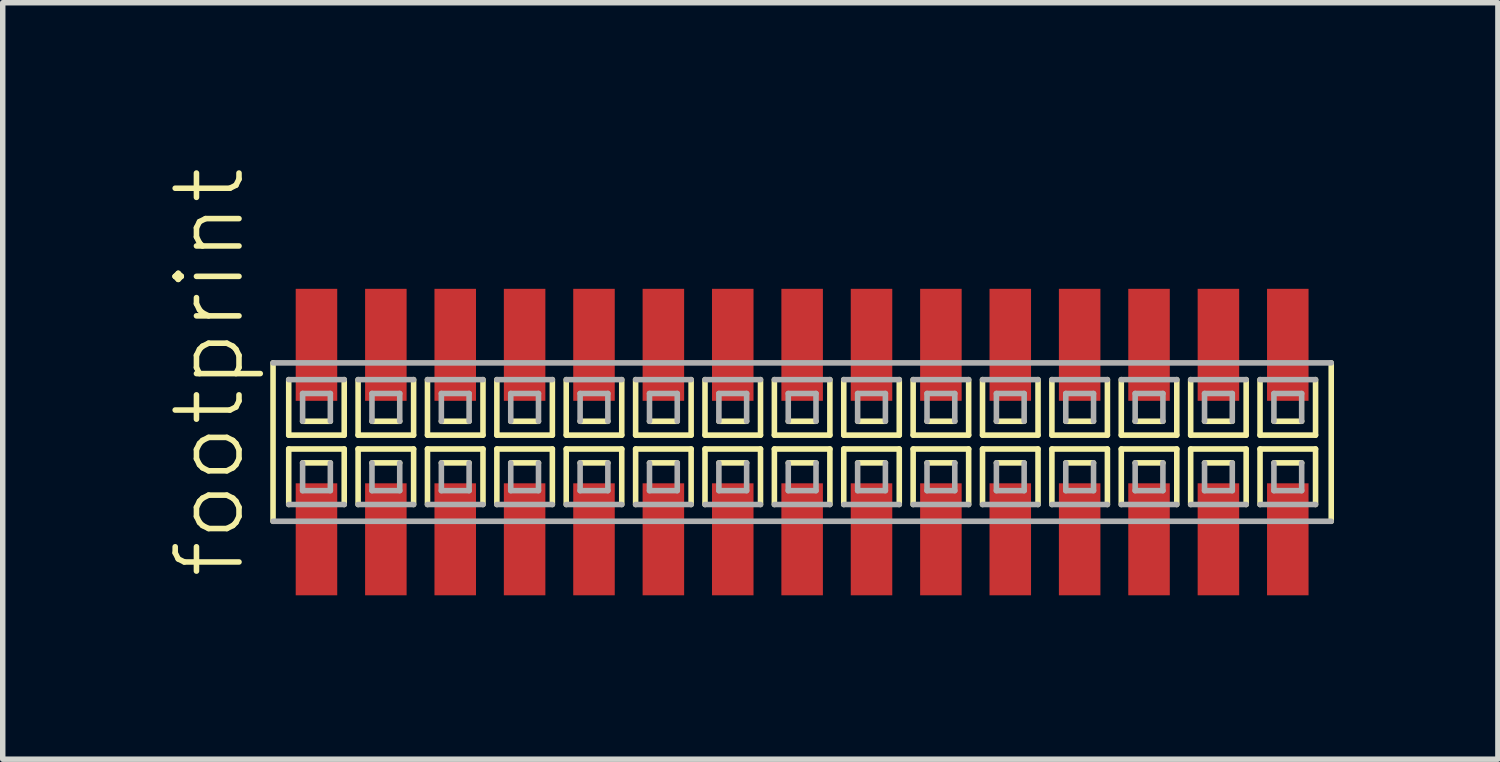
<source format=kicad_pcb>
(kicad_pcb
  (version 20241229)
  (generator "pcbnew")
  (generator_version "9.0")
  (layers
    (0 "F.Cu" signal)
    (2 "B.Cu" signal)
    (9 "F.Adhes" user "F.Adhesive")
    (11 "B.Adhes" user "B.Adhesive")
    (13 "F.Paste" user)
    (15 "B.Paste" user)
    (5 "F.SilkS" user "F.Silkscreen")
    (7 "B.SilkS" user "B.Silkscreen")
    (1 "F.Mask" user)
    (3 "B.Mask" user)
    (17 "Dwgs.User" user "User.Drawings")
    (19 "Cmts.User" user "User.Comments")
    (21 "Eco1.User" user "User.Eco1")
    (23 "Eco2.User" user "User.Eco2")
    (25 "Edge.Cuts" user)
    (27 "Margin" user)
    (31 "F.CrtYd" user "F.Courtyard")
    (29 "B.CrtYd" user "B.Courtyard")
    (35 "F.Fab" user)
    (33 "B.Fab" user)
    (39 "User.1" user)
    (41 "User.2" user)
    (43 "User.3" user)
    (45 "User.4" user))
  (footprint "footprint"
    (layer "F.Cu")
    (at 11.633 5.042)
    (property "Reference" "footprint" (at -10.16 2.54 90) (layer "F.SilkS") (effects (font (size 1.168 1.168) (thickness 0.102)) (justify left bottom)))
    (fp_line (start -9.685 -1.45) (end -9.685 1.45) (stroke (width 0.102) (type solid)) (layer "F.SilkS"))
    (fp_line (start -9.398 -1.143) (end -9.398 -0.127) (stroke (width 0.102) (type solid)) (layer "F.SilkS"))
    (fp_line (start -9.398 -0.127) (end -8.382 -0.127) (stroke (width 0.102) (type solid)) (layer "F.SilkS"))
    (fp_line (start -9.398 0.127) (end -9.398 1.143) (stroke (width 0.102) (type solid)) (layer "F.SilkS"))
    (fp_line (start -9.144 -0.381) (end -8.636 -0.381) (stroke (width 0.102) (type solid)) (layer "F.SilkS"))
    (fp_line (start -8.636 0.381) (end -9.144 0.381) (stroke (width 0.102) (type solid)) (layer "F.SilkS"))
    (fp_line (start -8.382 -0.127) (end -8.382 -1.143) (stroke (width 0.102) (type solid)) (layer "F.SilkS"))
    (fp_line (start -8.382 0.127) (end -9.398 0.127) (stroke (width 0.102) (type solid)) (layer "F.SilkS"))
    (fp_line (start -8.382 1.143) (end -8.382 0.127) (stroke (width 0.102) (type solid)) (layer "F.SilkS"))
    (fp_line (start -8.128 -1.143) (end -8.128 -0.127) (stroke (width 0.102) (type solid)) (layer "F.SilkS"))
    (fp_line (start -8.128 -0.127) (end -7.112 -0.127) (stroke (width 0.102) (type solid)) (layer "F.SilkS"))
    (fp_line (start -8.128 0.127) (end -8.128 1.143) (stroke (width 0.102) (type solid)) (layer "F.SilkS"))
    (fp_line (start -7.874 -0.381) (end -7.366 -0.381) (stroke (width 0.102) (type solid)) (layer "F.SilkS"))
    (fp_line (start -7.366 0.381) (end -7.874 0.381) (stroke (width 0.102) (type solid)) (layer "F.SilkS"))
    (fp_line (start -7.112 -0.127) (end -7.112 -1.143) (stroke (width 0.102) (type solid)) (layer "F.SilkS"))
    (fp_line (start -7.112 0.127) (end -8.128 0.127) (stroke (width 0.102) (type solid)) (layer "F.SilkS"))
    (fp_line (start -7.112 1.143) (end -7.112 0.127) (stroke (width 0.102) (type solid)) (layer "F.SilkS"))
    (fp_line (start -6.858 -1.143) (end -6.858 -0.127) (stroke (width 0.102) (type solid)) (layer "F.SilkS"))
    (fp_line (start -6.858 -0.127) (end -5.842 -0.127) (stroke (width 0.102) (type solid)) (layer "F.SilkS"))
    (fp_line (start -6.858 0.127) (end -6.858 1.143) (stroke (width 0.102) (type solid)) (layer "F.SilkS"))
    (fp_line (start -6.604 -0.381) (end -6.096 -0.381) (stroke (width 0.102) (type solid)) (layer "F.SilkS"))
    (fp_line (start -6.096 0.381) (end -6.604 0.381) (stroke (width 0.102) (type solid)) (layer "F.SilkS"))
    (fp_line (start -5.842 -0.127) (end -5.842 -1.143) (stroke (width 0.102) (type solid)) (layer "F.SilkS"))
    (fp_line (start -5.842 0.127) (end -6.858 0.127) (stroke (width 0.102) (type solid)) (layer "F.SilkS"))
    (fp_line (start -5.842 1.143) (end -5.842 0.127) (stroke (width 0.102) (type solid)) (layer "F.SilkS"))
    (fp_line (start -5.588 -1.143) (end -5.588 -0.127) (stroke (width 0.102) (type solid)) (layer "F.SilkS"))
    (fp_line (start -5.588 -0.127) (end -4.572 -0.127) (stroke (width 0.102) (type solid)) (layer "F.SilkS"))
    (fp_line (start -5.588 0.127) (end -5.588 1.143) (stroke (width 0.102) (type solid)) (layer "F.SilkS"))
    (fp_line (start -5.334 -0.381) (end -4.826 -0.381) (stroke (width 0.102) (type solid)) (layer "F.SilkS"))
    (fp_line (start -4.826 0.381) (end -5.334 0.381) (stroke (width 0.102) (type solid)) (layer "F.SilkS"))
    (fp_line (start -4.572 -0.127) (end -4.572 -1.143) (stroke (width 0.102) (type solid)) (layer "F.SilkS"))
    (fp_line (start -4.572 0.127) (end -5.588 0.127) (stroke (width 0.102) (type solid)) (layer "F.SilkS"))
    (fp_line (start -4.572 1.143) (end -4.572 0.127) (stroke (width 0.102) (type solid)) (layer "F.SilkS"))
    (fp_line (start -4.318 -1.143) (end -4.318 -0.127) (stroke (width 0.102) (type solid)) (layer "F.SilkS"))
    (fp_line (start -4.318 -0.127) (end -3.302 -0.127) (stroke (width 0.102) (type solid)) (layer "F.SilkS"))
    (fp_line (start -4.318 0.127) (end -4.318 1.143) (stroke (width 0.102) (type solid)) (layer "F.SilkS"))
    (fp_line (start -4.064 -0.381) (end -3.556 -0.381) (stroke (width 0.102) (type solid)) (layer "F.SilkS"))
    (fp_line (start -3.556 0.381) (end -4.064 0.381) (stroke (width 0.102) (type solid)) (layer "F.SilkS"))
    (fp_line (start -3.302 -0.127) (end -3.302 -1.143) (stroke (width 0.102) (type solid)) (layer "F.SilkS"))
    (fp_line (start -3.302 0.127) (end -4.318 0.127) (stroke (width 0.102) (type solid)) (layer "F.SilkS"))
    (fp_line (start -3.302 1.143) (end -3.302 0.127) (stroke (width 0.102) (type solid)) (layer "F.SilkS"))
    (fp_line (start -3.048 -1.143) (end -3.048 -0.127) (stroke (width 0.102) (type solid)) (layer "F.SilkS"))
    (fp_line (start -3.048 -0.127) (end -2.032 -0.127) (stroke (width 0.102) (type solid)) (layer "F.SilkS"))
    (fp_line (start -3.048 0.127) (end -3.048 1.143) (stroke (width 0.102) (type solid)) (layer "F.SilkS"))
    (fp_line (start -2.794 -0.381) (end -2.286 -0.381) (stroke (width 0.102) (type solid)) (layer "F.SilkS"))
    (fp_line (start -2.286 0.381) (end -2.794 0.381) (stroke (width 0.102) (type solid)) (layer "F.SilkS"))
    (fp_line (start -2.032 -0.127) (end -2.032 -1.143) (stroke (width 0.102) (type solid)) (layer "F.SilkS"))
    (fp_line (start -2.032 0.127) (end -3.048 0.127) (stroke (width 0.102) (type solid)) (layer "F.SilkS"))
    (fp_line (start -2.032 1.143) (end -2.032 0.127) (stroke (width 0.102) (type solid)) (layer "F.SilkS"))
    (fp_line (start -1.778 -1.143) (end -1.778 -0.127) (stroke (width 0.102) (type solid)) (layer "F.SilkS"))
    (fp_line (start -1.778 -0.127) (end -0.762 -0.127) (stroke (width 0.102) (type solid)) (layer "F.SilkS"))
    (fp_line (start -1.778 0.127) (end -1.778 1.143) (stroke (width 0.102) (type solid)) (layer "F.SilkS"))
    (fp_line (start -1.524 -0.381) (end -1.016 -0.381) (stroke (width 0.102) (type solid)) (layer "F.SilkS"))
    (fp_line (start -1.016 0.381) (end -1.524 0.381) (stroke (width 0.102) (type solid)) (layer "F.SilkS"))
    (fp_line (start -0.762 -0.127) (end -0.762 -1.143) (stroke (width 0.102) (type solid)) (layer "F.SilkS"))
    (fp_line (start -0.762 0.127) (end -1.778 0.127) (stroke (width 0.102) (type solid)) (layer "F.SilkS"))
    (fp_line (start -0.762 1.143) (end -0.762 0.127) (stroke (width 0.102) (type solid)) (layer "F.SilkS"))
    (fp_line (start -0.508 -1.143) (end -0.508 -0.127) (stroke (width 0.102) (type solid)) (layer "F.SilkS"))
    (fp_line (start -0.508 -0.127) (end 0.508 -0.127) (stroke (width 0.102) (type solid)) (layer "F.SilkS"))
    (fp_line (start -0.508 0.127) (end -0.508 1.143) (stroke (width 0.102) (type solid)) (layer "F.SilkS"))
    (fp_line (start -0.254 -0.381) (end 0.254 -0.381) (stroke (width 0.102) (type solid)) (layer "F.SilkS"))
    (fp_line (start 0.254 0.381) (end -0.254 0.381) (stroke (width 0.102) (type solid)) (layer "F.SilkS"))
    (fp_line (start 0.508 -0.127) (end 0.508 -1.143) (stroke (width 0.102) (type solid)) (layer "F.SilkS"))
    (fp_line (start 0.508 0.127) (end -0.508 0.127) (stroke (width 0.102) (type solid)) (layer "F.SilkS"))
    (fp_line (start 0.508 1.143) (end 0.508 0.127) (stroke (width 0.102) (type solid)) (layer "F.SilkS"))
    (fp_line (start 0.762 -1.143) (end 0.762 -0.127) (stroke (width 0.102) (type solid)) (layer "F.SilkS"))
    (fp_line (start 0.762 -0.127) (end 1.778 -0.127) (stroke (width 0.102) (type solid)) (layer "F.SilkS"))
    (fp_line (start 0.762 0.127) (end 0.762 1.143) (stroke (width 0.102) (type solid)) (layer "F.SilkS"))
    (fp_line (start 1.016 -0.381) (end 1.524 -0.381) (stroke (width 0.102) (type solid)) (layer "F.SilkS"))
    (fp_line (start 1.524 0.381) (end 1.016 0.381) (stroke (width 0.102) (type solid)) (layer "F.SilkS"))
    (fp_line (start 1.778 -0.127) (end 1.778 -1.143) (stroke (width 0.102) (type solid)) (layer "F.SilkS"))
    (fp_line (start 1.778 0.127) (end 0.762 0.127) (stroke (width 0.102) (type solid)) (layer "F.SilkS"))
    (fp_line (start 1.778 1.143) (end 1.778 0.127) (stroke (width 0.102) (type solid)) (layer "F.SilkS"))
    (fp_line (start 2.032 -1.143) (end 2.032 -0.127) (stroke (width 0.102) (type solid)) (layer "F.SilkS"))
    (fp_line (start 2.032 -0.127) (end 3.048 -0.127) (stroke (width 0.102) (type solid)) (layer "F.SilkS"))
    (fp_line (start 2.032 0.127) (end 2.032 1.143) (stroke (width 0.102) (type solid)) (layer "F.SilkS"))
    (fp_line (start 2.286 -0.381) (end 2.794 -0.381) (stroke (width 0.102) (type solid)) (layer "F.SilkS"))
    (fp_line (start 2.794 0.381) (end 2.286 0.381) (stroke (width 0.102) (type solid)) (layer "F.SilkS"))
    (fp_line (start 3.048 -0.127) (end 3.048 -1.143) (stroke (width 0.102) (type solid)) (layer "F.SilkS"))
    (fp_line (start 3.048 0.127) (end 2.032 0.127) (stroke (width 0.102) (type solid)) (layer "F.SilkS"))
    (fp_line (start 3.048 1.143) (end 3.048 0.127) (stroke (width 0.102) (type solid)) (layer "F.SilkS"))
    (fp_line (start 3.302 -1.143) (end 3.302 -0.127) (stroke (width 0.102) (type solid)) (layer "F.SilkS"))
    (fp_line (start 3.302 -0.127) (end 4.318 -0.127) (stroke (width 0.102) (type solid)) (layer "F.SilkS"))
    (fp_line (start 3.302 0.127) (end 3.302 1.143) (stroke (width 0.102) (type solid)) (layer "F.SilkS"))
    (fp_line (start 3.556 -0.381) (end 4.064 -0.381) (stroke (width 0.102) (type solid)) (layer "F.SilkS"))
    (fp_line (start 4.064 0.381) (end 3.556 0.381) (stroke (width 0.102) (type solid)) (layer "F.SilkS"))
    (fp_line (start 4.318 -0.127) (end 4.318 -1.143) (stroke (width 0.102) (type solid)) (layer "F.SilkS"))
    (fp_line (start 4.318 0.127) (end 3.302 0.127) (stroke (width 0.102) (type solid)) (layer "F.SilkS"))
    (fp_line (start 4.318 1.143) (end 4.318 0.127) (stroke (width 0.102) (type solid)) (layer "F.SilkS"))
    (fp_line (start 4.572 -1.143) (end 4.572 -0.127) (stroke (width 0.102) (type solid)) (layer "F.SilkS"))
    (fp_line (start 4.572 -0.127) (end 5.588 -0.127) (stroke (width 0.102) (type solid)) (layer "F.SilkS"))
    (fp_line (start 4.572 0.127) (end 4.572 1.143) (stroke (width 0.102) (type solid)) (layer "F.SilkS"))
    (fp_line (start 4.826 -0.381) (end 5.334 -0.381) (stroke (width 0.102) (type solid)) (layer "F.SilkS"))
    (fp_line (start 5.334 0.381) (end 4.826 0.381) (stroke (width 0.102) (type solid)) (layer "F.SilkS"))
    (fp_line (start 5.588 -0.127) (end 5.588 -1.143) (stroke (width 0.102) (type solid)) (layer "F.SilkS"))
    (fp_line (start 5.588 0.127) (end 4.572 0.127) (stroke (width 0.102) (type solid)) (layer "F.SilkS"))
    (fp_line (start 5.588 1.143) (end 5.588 0.127) (stroke (width 0.102) (type solid)) (layer "F.SilkS"))
    (fp_line (start 5.842 -1.143) (end 5.842 -0.127) (stroke (width 0.102) (type solid)) (layer "F.SilkS"))
    (fp_line (start 5.842 -0.127) (end 6.858 -0.127) (stroke (width 0.102) (type solid)) (layer "F.SilkS"))
    (fp_line (start 5.842 0.127) (end 5.842 1.143) (stroke (width 0.102) (type solid)) (layer "F.SilkS"))
    (fp_line (start 6.096 -0.381) (end 6.604 -0.381) (stroke (width 0.102) (type solid)) (layer "F.SilkS"))
    (fp_line (start 6.604 0.381) (end 6.096 0.381) (stroke (width 0.102) (type solid)) (layer "F.SilkS"))
    (fp_line (start 6.858 -0.127) (end 6.858 -1.143) (stroke (width 0.102) (type solid)) (layer "F.SilkS"))
    (fp_line (start 6.858 0.127) (end 5.842 0.127) (stroke (width 0.102) (type solid)) (layer "F.SilkS"))
    (fp_line (start 6.858 1.143) (end 6.858 0.127) (stroke (width 0.102) (type solid)) (layer "F.SilkS"))
    (fp_line (start 7.112 -1.143) (end 7.112 -0.127) (stroke (width 0.102) (type solid)) (layer "F.SilkS"))
    (fp_line (start 7.112 -0.127) (end 8.128 -0.127) (stroke (width 0.102) (type solid)) (layer "F.SilkS"))
    (fp_line (start 7.112 0.127) (end 7.112 1.143) (stroke (width 0.102) (type solid)) (layer "F.SilkS"))
    (fp_line (start 7.366 -0.381) (end 7.874 -0.381) (stroke (width 0.102) (type solid)) (layer "F.SilkS"))
    (fp_line (start 7.874 0.381) (end 7.366 0.381) (stroke (width 0.102) (type solid)) (layer "F.SilkS"))
    (fp_line (start 8.128 -0.127) (end 8.128 -1.143) (stroke (width 0.102) (type solid)) (layer "F.SilkS"))
    (fp_line (start 8.128 0.127) (end 7.112 0.127) (stroke (width 0.102) (type solid)) (layer "F.SilkS"))
    (fp_line (start 8.128 1.143) (end 8.128 0.127) (stroke (width 0.102) (type solid)) (layer "F.SilkS"))
    (fp_line (start 8.382 -1.143) (end 8.382 -0.127) (stroke (width 0.102) (type solid)) (layer "F.SilkS"))
    (fp_line (start 8.382 -0.127) (end 9.398 -0.127) (stroke (width 0.102) (type solid)) (layer "F.SilkS"))
    (fp_line (start 8.382 0.127) (end 8.382 1.143) (stroke (width 0.102) (type solid)) (layer "F.SilkS"))
    (fp_line (start 8.636 -0.381) (end 9.144 -0.381) (stroke (width 0.102) (type solid)) (layer "F.SilkS"))
    (fp_line (start 9.144 0.381) (end 8.636 0.381) (stroke (width 0.102) (type solid)) (layer "F.SilkS"))
    (fp_line (start 9.398 -0.127) (end 9.398 -1.143) (stroke (width 0.102) (type solid)) (layer "F.SilkS"))
    (fp_line (start 9.398 0.127) (end 8.382 0.127) (stroke (width 0.102) (type solid)) (layer "F.SilkS"))
    (fp_line (start 9.398 1.143) (end 9.398 0.127) (stroke (width 0.102) (type solid)) (layer "F.SilkS"))
    (fp_line (start 9.685 1.45) (end 9.685 -1.45) (stroke (width 0.102) (type solid)) (layer "F.SilkS"))
    (fp_line (start -9.685 1.45) (end 9.685 1.45) (stroke (width 0.102) (type solid)) (layer "F.Fab"))
    (fp_line (start -9.398 1.143) (end -8.382 1.143) (stroke (width 0.102) (type solid)) (layer "F.Fab"))
    (fp_line (start -9.144 -0.889) (end -9.144 -0.381) (stroke (width 0.102) (type solid)) (layer "F.Fab"))
    (fp_line (start -9.144 0.381) (end -9.144 0.889) (stroke (width 0.102) (type solid)) (layer "F.Fab"))
    (fp_line (start -9.144 0.889) (end -8.636 0.889) (stroke (width 0.102) (type solid)) (layer "F.Fab"))
    (fp_line (start -8.636 -0.889) (end -9.144 -0.889) (stroke (width 0.102) (type solid)) (layer "F.Fab"))
    (fp_line (start -8.636 -0.381) (end -8.636 -0.889) (stroke (width 0.102) (type solid)) (layer "F.Fab"))
    (fp_line (start -8.636 0.889) (end -8.636 0.381) (stroke (width 0.102) (type solid)) (layer "F.Fab"))
    (fp_line (start -8.382 -1.143) (end -9.398 -1.143) (stroke (width 0.102) (type solid)) (layer "F.Fab"))
    (fp_line (start -8.128 1.143) (end -7.112 1.143) (stroke (width 0.102) (type solid)) (layer "F.Fab"))
    (fp_line (start -7.874 -0.889) (end -7.874 -0.381) (stroke (width 0.102) (type solid)) (layer "F.Fab"))
    (fp_line (start -7.874 0.381) (end -7.874 0.889) (stroke (width 0.102) (type solid)) (layer "F.Fab"))
    (fp_line (start -7.874 0.889) (end -7.366 0.889) (stroke (width 0.102) (type solid)) (layer "F.Fab"))
    (fp_line (start -7.366 -0.889) (end -7.874 -0.889) (stroke (width 0.102) (type solid)) (layer "F.Fab"))
    (fp_line (start -7.366 -0.381) (end -7.366 -0.889) (stroke (width 0.102) (type solid)) (layer "F.Fab"))
    (fp_line (start -7.366 0.889) (end -7.366 0.381) (stroke (width 0.102) (type solid)) (layer "F.Fab"))
    (fp_line (start -7.112 -1.143) (end -8.128 -1.143) (stroke (width 0.102) (type solid)) (layer "F.Fab"))
    (fp_line (start -6.858 1.143) (end -5.842 1.143) (stroke (width 0.102) (type solid)) (layer "F.Fab"))
    (fp_line (start -6.604 -0.889) (end -6.604 -0.381) (stroke (width 0.102) (type solid)) (layer "F.Fab"))
    (fp_line (start -6.604 0.381) (end -6.604 0.889) (stroke (width 0.102) (type solid)) (layer "F.Fab"))
    (fp_line (start -6.604 0.889) (end -6.096 0.889) (stroke (width 0.102) (type solid)) (layer "F.Fab"))
    (fp_line (start -6.096 -0.889) (end -6.604 -0.889) (stroke (width 0.102) (type solid)) (layer "F.Fab"))
    (fp_line (start -6.096 -0.381) (end -6.096 -0.889) (stroke (width 0.102) (type solid)) (layer "F.Fab"))
    (fp_line (start -6.096 0.889) (end -6.096 0.381) (stroke (width 0.102) (type solid)) (layer "F.Fab"))
    (fp_line (start -5.842 -1.143) (end -6.858 -1.143) (stroke (width 0.102) (type solid)) (layer "F.Fab"))
    (fp_line (start -5.588 1.143) (end -4.572 1.143) (stroke (width 0.102) (type solid)) (layer "F.Fab"))
    (fp_line (start -5.334 -0.889) (end -5.334 -0.381) (stroke (width 0.102) (type solid)) (layer "F.Fab"))
    (fp_line (start -5.334 0.381) (end -5.334 0.889) (stroke (width 0.102) (type solid)) (layer "F.Fab"))
    (fp_line (start -5.334 0.889) (end -4.826 0.889) (stroke (width 0.102) (type solid)) (layer "F.Fab"))
    (fp_line (start -4.826 -0.889) (end -5.334 -0.889) (stroke (width 0.102) (type solid)) (layer "F.Fab"))
    (fp_line (start -4.826 -0.381) (end -4.826 -0.889) (stroke (width 0.102) (type solid)) (layer "F.Fab"))
    (fp_line (start -4.826 0.889) (end -4.826 0.381) (stroke (width 0.102) (type solid)) (layer "F.Fab"))
    (fp_line (start -4.572 -1.143) (end -5.588 -1.143) (stroke (width 0.102) (type solid)) (layer "F.Fab"))
    (fp_line (start -4.318 1.143) (end -3.302 1.143) (stroke (width 0.102) (type solid)) (layer "F.Fab"))
    (fp_line (start -4.064 -0.889) (end -4.064 -0.381) (stroke (width 0.102) (type solid)) (layer "F.Fab"))
    (fp_line (start -4.064 0.381) (end -4.064 0.889) (stroke (width 0.102) (type solid)) (layer "F.Fab"))
    (fp_line (start -4.064 0.889) (end -3.556 0.889) (stroke (width 0.102) (type solid)) (layer "F.Fab"))
    (fp_line (start -3.556 -0.889) (end -4.064 -0.889) (stroke (width 0.102) (type solid)) (layer "F.Fab"))
    (fp_line (start -3.556 -0.381) (end -3.556 -0.889) (stroke (width 0.102) (type solid)) (layer "F.Fab"))
    (fp_line (start -3.556 0.889) (end -3.556 0.381) (stroke (width 0.102) (type solid)) (layer "F.Fab"))
    (fp_line (start -3.302 -1.143) (end -4.318 -1.143) (stroke (width 0.102) (type solid)) (layer "F.Fab"))
    (fp_line (start -3.048 1.143) (end -2.032 1.143) (stroke (width 0.102) (type solid)) (layer "F.Fab"))
    (fp_line (start -2.794 -0.889) (end -2.794 -0.381) (stroke (width 0.102) (type solid)) (layer "F.Fab"))
    (fp_line (start -2.794 0.381) (end -2.794 0.889) (stroke (width 0.102) (type solid)) (layer "F.Fab"))
    (fp_line (start -2.794 0.889) (end -2.286 0.889) (stroke (width 0.102) (type solid)) (layer "F.Fab"))
    (fp_line (start -2.286 -0.889) (end -2.794 -0.889) (stroke (width 0.102) (type solid)) (layer "F.Fab"))
    (fp_line (start -2.286 -0.381) (end -2.286 -0.889) (stroke (width 0.102) (type solid)) (layer "F.Fab"))
    (fp_line (start -2.286 0.889) (end -2.286 0.381) (stroke (width 0.102) (type solid)) (layer "F.Fab"))
    (fp_line (start -2.032 -1.143) (end -3.048 -1.143) (stroke (width 0.102) (type solid)) (layer "F.Fab"))
    (fp_line (start -1.778 1.143) (end -0.762 1.143) (stroke (width 0.102) (type solid)) (layer "F.Fab"))
    (fp_line (start -1.524 -0.889) (end -1.524 -0.381) (stroke (width 0.102) (type solid)) (layer "F.Fab"))
    (fp_line (start -1.524 0.381) (end -1.524 0.889) (stroke (width 0.102) (type solid)) (layer "F.Fab"))
    (fp_line (start -1.524 0.889) (end -1.016 0.889) (stroke (width 0.102) (type solid)) (layer "F.Fab"))
    (fp_line (start -1.016 -0.889) (end -1.524 -0.889) (stroke (width 0.102) (type solid)) (layer "F.Fab"))
    (fp_line (start -1.016 -0.381) (end -1.016 -0.889) (stroke (width 0.102) (type solid)) (layer "F.Fab"))
    (fp_line (start -1.016 0.889) (end -1.016 0.381) (stroke (width 0.102) (type solid)) (layer "F.Fab"))
    (fp_line (start -0.762 -1.143) (end -1.778 -1.143) (stroke (width 0.102) (type solid)) (layer "F.Fab"))
    (fp_line (start -0.508 1.143) (end 0.508 1.143) (stroke (width 0.102) (type solid)) (layer "F.Fab"))
    (fp_line (start -0.254 -0.889) (end -0.254 -0.381) (stroke (width 0.102) (type solid)) (layer "F.Fab"))
    (fp_line (start -0.254 0.381) (end -0.254 0.889) (stroke (width 0.102) (type solid)) (layer "F.Fab"))
    (fp_line (start -0.254 0.889) (end 0.254 0.889) (stroke (width 0.102) (type solid)) (layer "F.Fab"))
    (fp_line (start 0.254 -0.889) (end -0.254 -0.889) (stroke (width 0.102) (type solid)) (layer "F.Fab"))
    (fp_line (start 0.254 -0.381) (end 0.254 -0.889) (stroke (width 0.102) (type solid)) (layer "F.Fab"))
    (fp_line (start 0.254 0.889) (end 0.254 0.381) (stroke (width 0.102) (type solid)) (layer "F.Fab"))
    (fp_line (start 0.508 -1.143) (end -0.508 -1.143) (stroke (width 0.102) (type solid)) (layer "F.Fab"))
    (fp_line (start 0.762 1.143) (end 1.778 1.143) (stroke (width 0.102) (type solid)) (layer "F.Fab"))
    (fp_line (start 1.016 -0.889) (end 1.016 -0.381) (stroke (width 0.102) (type solid)) (layer "F.Fab"))
    (fp_line (start 1.016 0.381) (end 1.016 0.889) (stroke (width 0.102) (type solid)) (layer "F.Fab"))
    (fp_line (start 1.016 0.889) (end 1.524 0.889) (stroke (width 0.102) (type solid)) (layer "F.Fab"))
    (fp_line (start 1.524 -0.889) (end 1.016 -0.889) (stroke (width 0.102) (type solid)) (layer "F.Fab"))
    (fp_line (start 1.524 -0.381) (end 1.524 -0.889) (stroke (width 0.102) (type solid)) (layer "F.Fab"))
    (fp_line (start 1.524 0.889) (end 1.524 0.381) (stroke (width 0.102) (type solid)) (layer "F.Fab"))
    (fp_line (start 1.778 -1.143) (end 0.762 -1.143) (stroke (width 0.102) (type solid)) (layer "F.Fab"))
    (fp_line (start 2.032 1.143) (end 3.048 1.143) (stroke (width 0.102) (type solid)) (layer "F.Fab"))
    (fp_line (start 2.286 -0.889) (end 2.286 -0.381) (stroke (width 0.102) (type solid)) (layer "F.Fab"))
    (fp_line (start 2.286 0.381) (end 2.286 0.889) (stroke (width 0.102) (type solid)) (layer "F.Fab"))
    (fp_line (start 2.286 0.889) (end 2.794 0.889) (stroke (width 0.102) (type solid)) (layer "F.Fab"))
    (fp_line (start 2.794 -0.889) (end 2.286 -0.889) (stroke (width 0.102) (type solid)) (layer "F.Fab"))
    (fp_line (start 2.794 -0.381) (end 2.794 -0.889) (stroke (width 0.102) (type solid)) (layer "F.Fab"))
    (fp_line (start 2.794 0.889) (end 2.794 0.381) (stroke (width 0.102) (type solid)) (layer "F.Fab"))
    (fp_line (start 3.048 -1.143) (end 2.032 -1.143) (stroke (width 0.102) (type solid)) (layer "F.Fab"))
    (fp_line (start 3.302 1.143) (end 4.318 1.143) (stroke (width 0.102) (type solid)) (layer "F.Fab"))
    (fp_line (start 3.556 -0.889) (end 3.556 -0.381) (stroke (width 0.102) (type solid)) (layer "F.Fab"))
    (fp_line (start 3.556 0.381) (end 3.556 0.889) (stroke (width 0.102) (type solid)) (layer "F.Fab"))
    (fp_line (start 3.556 0.889) (end 4.064 0.889) (stroke (width 0.102) (type solid)) (layer "F.Fab"))
    (fp_line (start 4.064 -0.889) (end 3.556 -0.889) (stroke (width 0.102) (type solid)) (layer "F.Fab"))
    (fp_line (start 4.064 -0.381) (end 4.064 -0.889) (stroke (width 0.102) (type solid)) (layer "F.Fab"))
    (fp_line (start 4.064 0.889) (end 4.064 0.381) (stroke (width 0.102) (type solid)) (layer "F.Fab"))
    (fp_line (start 4.318 -1.143) (end 3.302 -1.143) (stroke (width 0.102) (type solid)) (layer "F.Fab"))
    (fp_line (start 4.572 1.143) (end 5.588 1.143) (stroke (width 0.102) (type solid)) (layer "F.Fab"))
    (fp_line (start 4.826 -0.889) (end 4.826 -0.381) (stroke (width 0.102) (type solid)) (layer "F.Fab"))
    (fp_line (start 4.826 0.381) (end 4.826 0.889) (stroke (width 0.102) (type solid)) (layer "F.Fab"))
    (fp_line (start 4.826 0.889) (end 5.334 0.889) (stroke (width 0.102) (type solid)) (layer "F.Fab"))
    (fp_line (start 5.334 -0.889) (end 4.826 -0.889) (stroke (width 0.102) (type solid)) (layer "F.Fab"))
    (fp_line (start 5.334 -0.381) (end 5.334 -0.889) (stroke (width 0.102) (type solid)) (layer "F.Fab"))
    (fp_line (start 5.334 0.889) (end 5.334 0.381) (stroke (width 0.102) (type solid)) (layer "F.Fab"))
    (fp_line (start 5.588 -1.143) (end 4.572 -1.143) (stroke (width 0.102) (type solid)) (layer "F.Fab"))
    (fp_line (start 5.842 1.143) (end 6.858 1.143) (stroke (width 0.102) (type solid)) (layer "F.Fab"))
    (fp_line (start 6.096 -0.889) (end 6.096 -0.381) (stroke (width 0.102) (type solid)) (layer "F.Fab"))
    (fp_line (start 6.096 0.381) (end 6.096 0.889) (stroke (width 0.102) (type solid)) (layer "F.Fab"))
    (fp_line (start 6.096 0.889) (end 6.604 0.889) (stroke (width 0.102) (type solid)) (layer "F.Fab"))
    (fp_line (start 6.604 -0.889) (end 6.096 -0.889) (stroke (width 0.102) (type solid)) (layer "F.Fab"))
    (fp_line (start 6.604 -0.381) (end 6.604 -0.889) (stroke (width 0.102) (type solid)) (layer "F.Fab"))
    (fp_line (start 6.604 0.889) (end 6.604 0.381) (stroke (width 0.102) (type solid)) (layer "F.Fab"))
    (fp_line (start 6.858 -1.143) (end 5.842 -1.143) (stroke (width 0.102) (type solid)) (layer "F.Fab"))
    (fp_line (start 7.112 1.143) (end 8.128 1.143) (stroke (width 0.102) (type solid)) (layer "F.Fab"))
    (fp_line (start 7.366 -0.889) (end 7.366 -0.381) (stroke (width 0.102) (type solid)) (layer "F.Fab"))
    (fp_line (start 7.366 0.381) (end 7.366 0.889) (stroke (width 0.102) (type solid)) (layer "F.Fab"))
    (fp_line (start 7.366 0.889) (end 7.874 0.889) (stroke (width 0.102) (type solid)) (layer "F.Fab"))
    (fp_line (start 7.874 -0.889) (end 7.366 -0.889) (stroke (width 0.102) (type solid)) (layer "F.Fab"))
    (fp_line (start 7.874 -0.381) (end 7.874 -0.889) (stroke (width 0.102) (type solid)) (layer "F.Fab"))
    (fp_line (start 7.874 0.889) (end 7.874 0.381) (stroke (width 0.102) (type solid)) (layer "F.Fab"))
    (fp_line (start 8.128 -1.143) (end 7.112 -1.143) (stroke (width 0.102) (type solid)) (layer "F.Fab"))
    (fp_line (start 8.382 1.143) (end 9.398 1.143) (stroke (width 0.102) (type solid)) (layer "F.Fab"))
    (fp_line (start 8.636 -0.889) (end 8.636 -0.381) (stroke (width 0.102) (type solid)) (layer "F.Fab"))
    (fp_line (start 8.636 0.381) (end 8.636 0.889) (stroke (width 0.102) (type solid)) (layer "F.Fab"))
    (fp_line (start 8.636 0.889) (end 9.144 0.889) (stroke (width 0.102) (type solid)) (layer "F.Fab"))
    (fp_line (start 9.144 -0.889) (end 8.636 -0.889) (stroke (width 0.102) (type solid)) (layer "F.Fab"))
    (fp_line (start 9.144 -0.381) (end 9.144 -0.889) (stroke (width 0.102) (type solid)) (layer "F.Fab"))
    (fp_line (start 9.144 0.889) (end 9.144 0.381) (stroke (width 0.102) (type solid)) (layer "F.Fab"))
    (fp_line (start 9.398 -1.143) (end 8.382 -1.143) (stroke (width 0.102) (type solid)) (layer "F.Fab"))
    (fp_line (start 9.685 -1.45) (end -9.685 -1.45) (stroke (width 0.102) (type solid)) (layer "F.Fab"))
    (pad "1" smd rect (at -8.89 1.78) (size 0.76 2.05) (layers "F.Cu" "F.Mask" "F.Paste"))
    (pad "2" smd rect (at -8.89 -1.78) (size 0.76 2.05) (layers "F.Cu" "F.Mask" "F.Paste"))
    (pad "3" smd rect (at -7.62 1.78) (size 0.76 2.05) (layers "F.Cu" "F.Mask" "F.Paste"))
    (pad "4" smd rect (at -7.62 -1.78) (size 0.76 2.05) (layers "F.Cu" "F.Mask" "F.Paste"))
    (pad "5" smd rect (at -6.35 1.78) (size 0.76 2.05) (layers "F.Cu" "F.Mask" "F.Paste"))
    (pad "6" smd rect (at -6.35 -1.78) (size 0.76 2.05) (layers "F.Cu" "F.Mask" "F.Paste"))
    (pad "7" smd rect (at -5.08 1.78) (size 0.76 2.05) (layers "F.Cu" "F.Mask" "F.Paste"))
    (pad "8" smd rect (at -5.08 -1.78) (size 0.76 2.05) (layers "F.Cu" "F.Mask" "F.Paste"))
    (pad "9" smd rect (at -3.81 1.78) (size 0.76 2.05) (layers "F.Cu" "F.Mask" "F.Paste"))
    (pad "10" smd rect (at -3.81 -1.78) (size 0.76 2.05) (layers "F.Cu" "F.Mask" "F.Paste"))
    (pad "11" smd rect (at -2.54 1.78) (size 0.76 2.05) (layers "F.Cu" "F.Mask" "F.Paste"))
    (pad "12" smd rect (at -2.54 -1.78) (size 0.76 2.05) (layers "F.Cu" "F.Mask" "F.Paste"))
    (pad "13" smd rect (at -1.27 1.78) (size 0.76 2.05) (layers "F.Cu" "F.Mask" "F.Paste"))
    (pad "14" smd rect (at -1.27 -1.78) (size 0.76 2.05) (layers "F.Cu" "F.Mask" "F.Paste"))
    (pad "15" smd rect (at 0 1.78) (size 0.76 2.05) (layers "F.Cu" "F.Mask" "F.Paste"))
    (pad "16" smd rect (at 0 -1.78) (size 0.76 2.05) (layers "F.Cu" "F.Mask" "F.Paste"))
    (pad "17" smd rect (at 1.27 1.78) (size 0.76 2.05) (layers "F.Cu" "F.Mask" "F.Paste"))
    (pad "18" smd rect (at 1.27 -1.78) (size 0.76 2.05) (layers "F.Cu" "F.Mask" "F.Paste"))
    (pad "19" smd rect (at 2.54 1.78) (size 0.76 2.05) (layers "F.Cu" "F.Mask" "F.Paste"))
    (pad "20" smd rect (at 2.54 -1.78) (size 0.76 2.05) (layers "F.Cu" "F.Mask" "F.Paste"))
    (pad "21" smd rect (at 3.81 1.78) (size 0.76 2.05) (layers "F.Cu" "F.Mask" "F.Paste"))
    (pad "22" smd rect (at 3.81 -1.78) (size 0.76 2.05) (layers "F.Cu" "F.Mask" "F.Paste"))
    (pad "23" smd rect (at 5.08 1.78) (size 0.76 2.05) (layers "F.Cu" "F.Mask" "F.Paste"))
    (pad "24" smd rect (at 5.08 -1.78) (size 0.76 2.05) (layers "F.Cu" "F.Mask" "F.Paste"))
    (pad "25" smd rect (at 6.35 1.78) (size 0.76 2.05) (layers "F.Cu" "F.Mask" "F.Paste"))
    (pad "26" smd rect (at 6.35 -1.78) (size 0.76 2.05) (layers "F.Cu" "F.Mask" "F.Paste"))
    (pad "27" smd rect (at 7.62 1.78) (size 0.76 2.05) (layers "F.Cu" "F.Mask" "F.Paste"))
    (pad "28" smd rect (at 7.62 -1.78) (size 0.76 2.05) (layers "F.Cu" "F.Mask" "F.Paste"))
    (pad "29" smd rect (at 8.89 1.78) (size 0.76 2.05) (layers "F.Cu" "F.Mask" "F.Paste"))
    (pad "30" smd rect (at 8.89 -1.78) (size 0.76 2.05) (layers "F.Cu" "F.Mask" "F.Paste")))
  (gr_rect
    (start -3 -3)
    (end 24.369 10.847)
    (stroke (width 0.1) (type default))
    (fill no)
    (layer "Edge.Cuts")))
</source>
